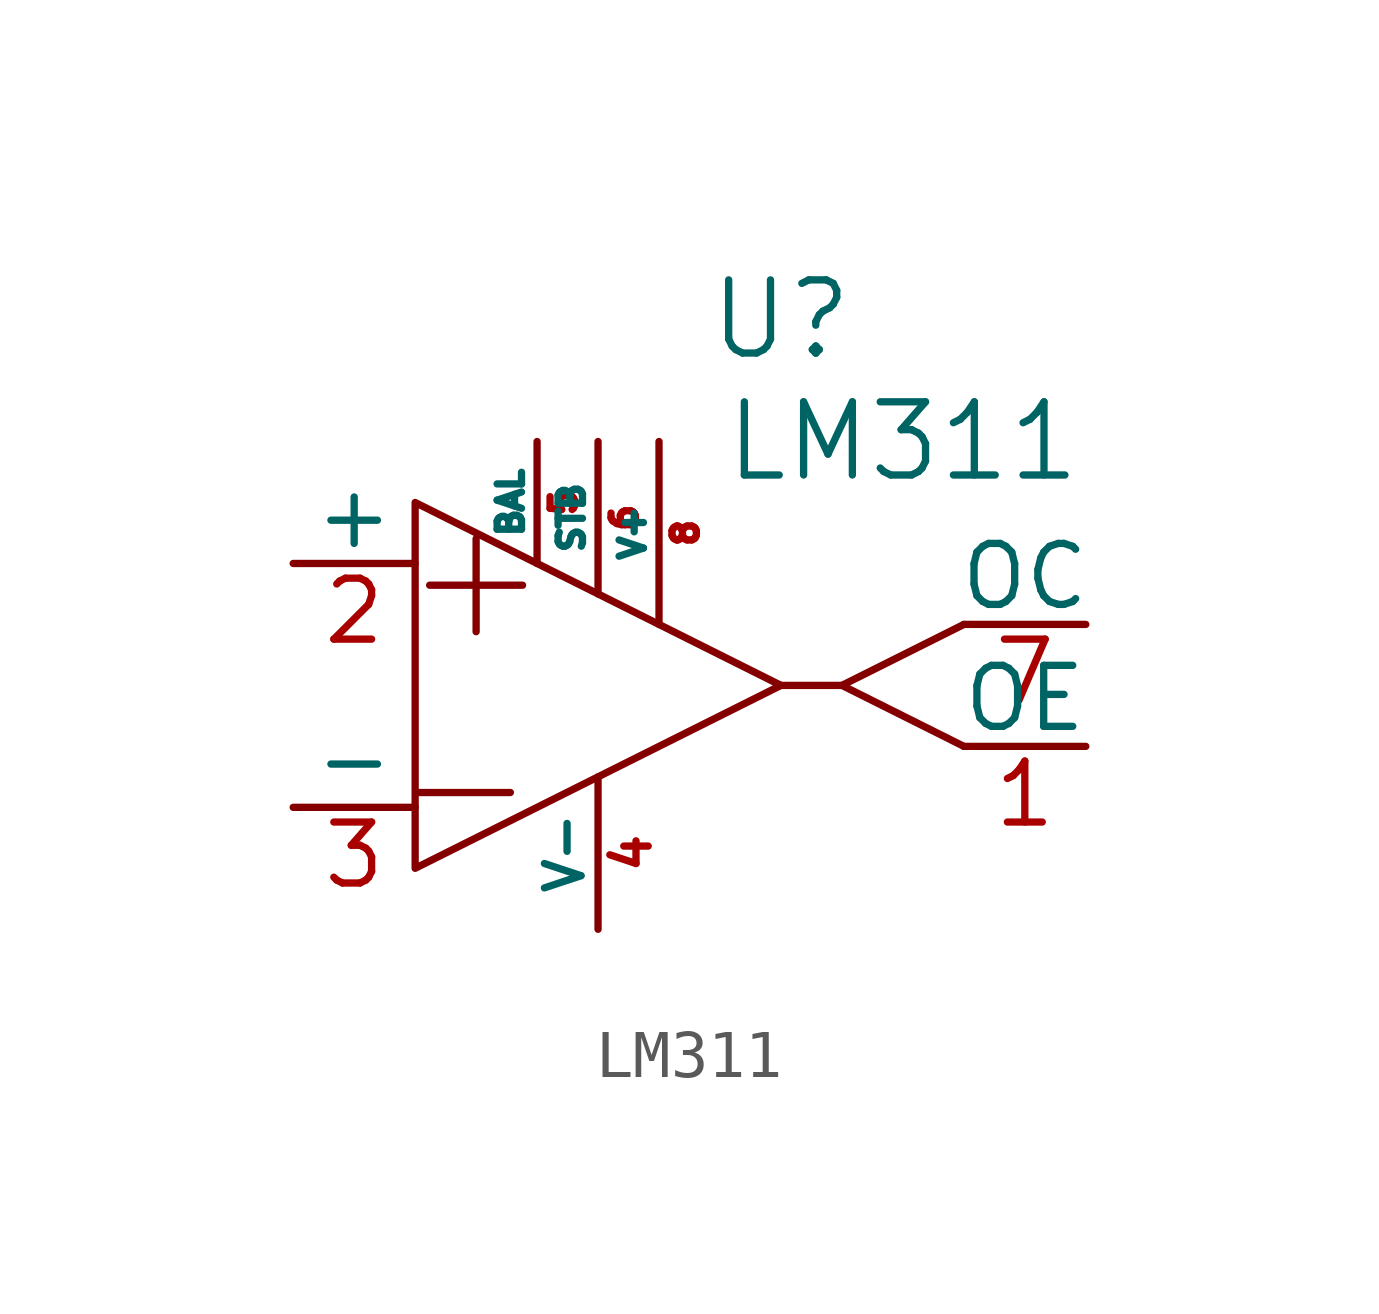
<source format=kicad_sym>
(kicad_symbol_lib
  (version 20220914)
  (generator kicad_symbol_editor)
  (symbol "LM311"
    (pin_names
      (offset 0))
    (property "Reference" "U"
      (at 3.81 7.62 0)
      (effects (font (size 1.524 1.524))))
    (property "Value" "LM311"
      (at 6.35 5.08 0)
      (effects (font (size 1.524 1.524))))
    (property "Footprint" ""
      (at 0 0 0)
      (effects (font (size 1.524 1.524))))
    (property "Datasheet" ""
      (at 0 0 0)
      (effects (font (size 1.524 1.524))))
    (symbol "LM311_0_0"
      (polyline (pts (xy -3.81 3.81) (xy -3.81 -3.81) (xy 3.81 0) (xy -3.81 3.81) (xy -3.81 3.81)) (stroke (width 0) (type solid)) (fill (type none)))
      (text "+" (at -2.54 2.286 0) (effects (font (size 2.54 2.54))))
      (text "-" (at -2.794 -2.032 0) (effects (font (size 2.54 2.54)))))
    (symbol "LM311_0_1"
      (polyline (pts (xy 7.62 -1.27) (xy 5.08 0)) (stroke (width 0) (type solid)) (fill (type none)))
      (polyline (pts (xy 3.81 0) (xy 5.08 0) (xy 7.62 1.27)) (stroke (width 0) (type solid)) (fill (type none))))
    (symbol "LM311_1_1"
      (pin passive line (at 10.16 -1.27 180) (length 2.54) (name "OE" (effects (font (size 1.27 1.27)))) (number "1" (effects (font (size 1.27 1.27)))))
      (pin passive line (at -6.35 2.54 0) (length 2.54) (name "+" (effects (font (size 1.27 1.27)))) (number "2" (effects (font (size 1.27 1.27)))))
      (pin passive line (at -6.35 -2.54 0) (length 2.54) (name "-" (effects (font (size 1.27 1.27)))) (number "3" (effects (font (size 1.27 1.27)))))
      (pin passive line (at 0 -5.08 90) (length 3.175) (name "V-" (effects (font (size 0.762 0.762)))) (number "4" (effects (font (size 0.762 0.762)))))
      (pin passive line (at -1.27 5.08 270) (length 2.54) (name "BAL" (effects (font (size 0.508 0.508)))) (number "5" (effects (font (size 0.508 0.508)))))
      (pin passive line (at 0 5.08 270) (length 3.175) (name "STB" (effects (font (size 0.508 0.508)))) (number "6" (effects (font (size 0.508 0.508)))))
      (pin passive line (at 10.16 1.27 180) (length 2.54) (name "OC" (effects (font (size 1.27 1.27)))) (number "7" (effects (font (size 1.27 1.27)))))
      (pin passive line (at 1.27 5.08 270) (length 3.81) (name "V+" (effects (font (size 0.508 0.508)))) (number "8" (effects (font (size 0.508 0.508))))))))
</source>
